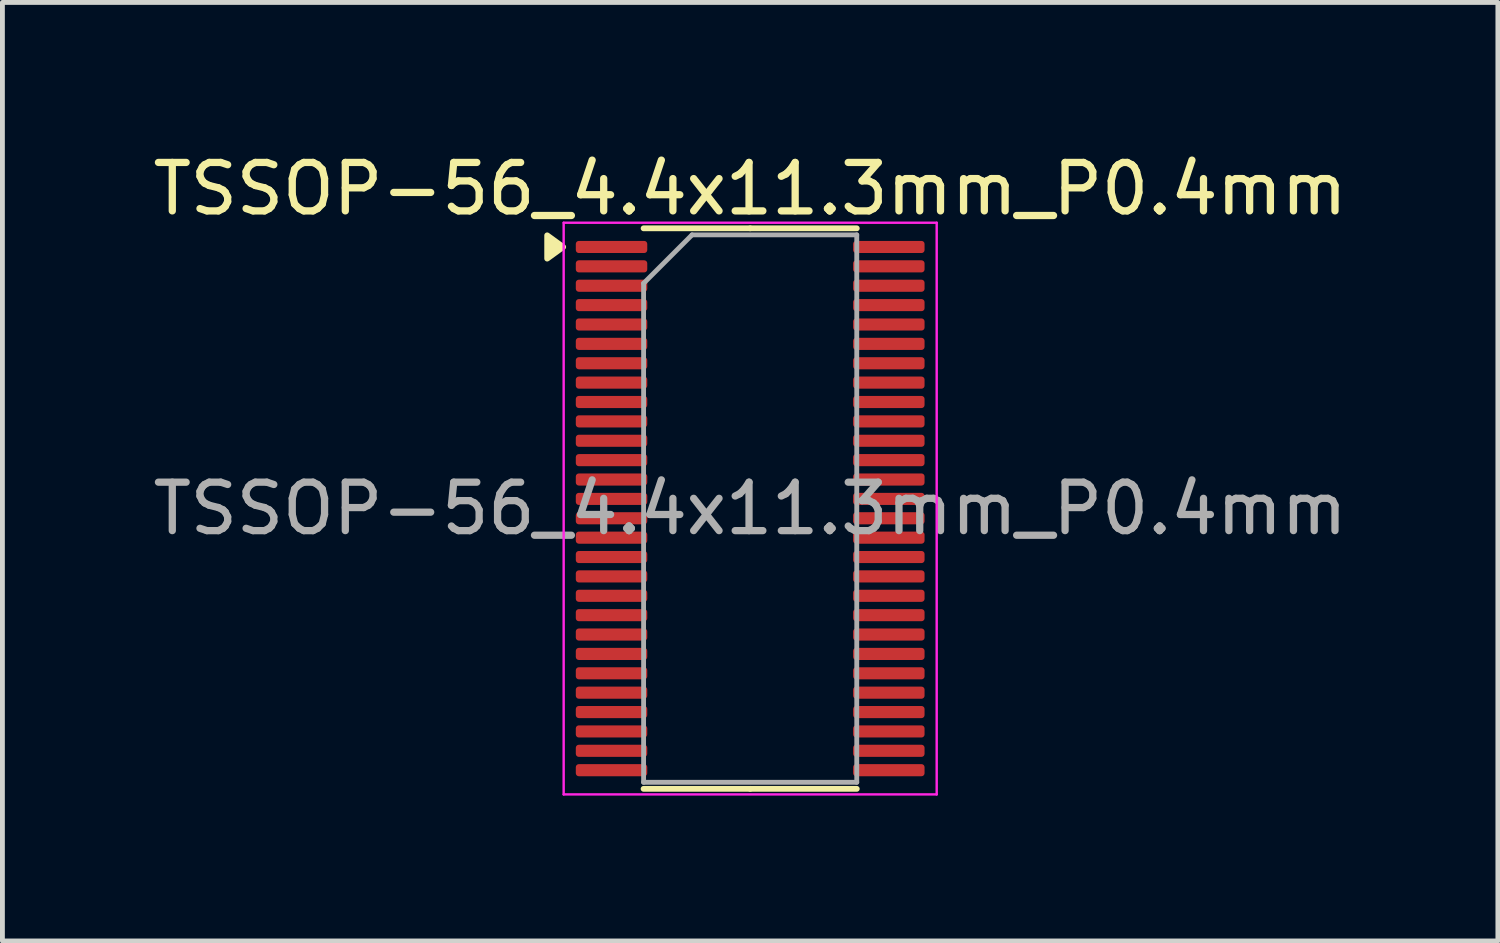
<source format=kicad_pcb>
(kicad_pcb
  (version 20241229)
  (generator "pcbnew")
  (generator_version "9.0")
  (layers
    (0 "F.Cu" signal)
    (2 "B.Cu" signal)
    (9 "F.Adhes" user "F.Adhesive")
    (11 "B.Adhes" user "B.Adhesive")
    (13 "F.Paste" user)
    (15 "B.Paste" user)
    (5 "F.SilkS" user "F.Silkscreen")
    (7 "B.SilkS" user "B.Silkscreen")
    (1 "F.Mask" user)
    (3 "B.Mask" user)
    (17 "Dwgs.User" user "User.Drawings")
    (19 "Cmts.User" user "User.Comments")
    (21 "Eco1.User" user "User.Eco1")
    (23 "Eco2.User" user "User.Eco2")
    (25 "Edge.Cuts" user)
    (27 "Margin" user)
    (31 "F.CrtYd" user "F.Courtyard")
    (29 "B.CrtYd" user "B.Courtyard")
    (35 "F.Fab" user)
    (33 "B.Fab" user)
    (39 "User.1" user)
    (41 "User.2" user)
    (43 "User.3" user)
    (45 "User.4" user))
  (footprint "TSSOP-56_4.4x11.3mm_P0.4mm"
    (layer "F.Cu")
    (at 12.435 7.448)
    (property "Reference" "TSSOP-56_4.4x11.3mm_P0.4mm" (at 0 -6.6 0) (layer "F.SilkS") (effects (font (size 1 1) (thickness 0.15))))
    (attr smd)
    (fp_line (start 0 -5.785) (end -2.2 -5.785) (stroke (width 0.12) (type solid)) (layer "F.SilkS"))
    (fp_line (start 0 -5.785) (end 2.2 -5.785) (stroke (width 0.12) (type solid)) (layer "F.SilkS"))
    (fp_line (start 0 5.785) (end -2.2 5.785) (stroke (width 0.12) (type solid)) (layer "F.SilkS"))
    (fp_line (start 0 5.785) (end 2.2 5.785) (stroke (width 0.12) (type solid)) (layer "F.SilkS"))
    (fp_poly (pts (xy -3.86 -5.4) (xy -4.19 -5.64) (xy -4.19 -5.16) (xy -3.86 -5.4)) (stroke (width 0.12) (type solid)) (fill yes) (layer "F.SilkS"))
    (fp_line (start -3.85 -5.9) (end -3.85 5.9) (stroke (width 0.05) (type solid)) (layer "F.CrtYd"))
    (fp_line (start -3.85 5.9) (end 3.85 5.9) (stroke (width 0.05) (type solid)) (layer "F.CrtYd"))
    (fp_line (start 3.85 -5.9) (end -3.85 -5.9) (stroke (width 0.05) (type solid)) (layer "F.CrtYd"))
    (fp_line (start 3.85 5.9) (end 3.85 -5.9) (stroke (width 0.05) (type solid)) (layer "F.CrtYd"))
    (fp_line (start -2.2 -4.65) (end -1.2 -5.65) (stroke (width 0.1) (type solid)) (layer "F.Fab"))
    (fp_line (start -2.2 5.65) (end -2.2 -4.65) (stroke (width 0.1) (type solid)) (layer "F.Fab"))
    (fp_line (start -1.2 -5.65) (end 2.2 -5.65) (stroke (width 0.1) (type solid)) (layer "F.Fab"))
    (fp_line (start 2.2 -5.65) (end 2.2 5.65) (stroke (width 0.1) (type solid)) (layer "F.Fab"))
    (fp_line (start 2.2 5.65) (end -2.2 5.65) (stroke (width 0.1) (type solid)) (layer "F.Fab"))
    (fp_text user "${REFERENCE}" (at 0 0 0) (layer "F.Fab") (effects (font (size 1 1) (thickness 0.15))))
    (pad "1" smd roundrect (at -2.862 -5.4) (size 1.475 0.25) (layers "F.Cu" "F.Mask" "F.Paste") (roundrect_rratio 0.25))
    (pad "2" smd roundrect (at -2.862 -5) (size 1.475 0.25) (layers "F.Cu" "F.Mask" "F.Paste") (roundrect_rratio 0.25))
    (pad "3" smd roundrect (at -2.862 -4.6) (size 1.475 0.25) (layers "F.Cu" "F.Mask" "F.Paste") (roundrect_rratio 0.25))
    (pad "4" smd roundrect (at -2.862 -4.2) (size 1.475 0.25) (layers "F.Cu" "F.Mask" "F.Paste") (roundrect_rratio 0.25))
    (pad "5" smd roundrect (at -2.862 -3.8) (size 1.475 0.25) (layers "F.Cu" "F.Mask" "F.Paste") (roundrect_rratio 0.25))
    (pad "6" smd roundrect (at -2.862 -3.4) (size 1.475 0.25) (layers "F.Cu" "F.Mask" "F.Paste") (roundrect_rratio 0.25))
    (pad "7" smd roundrect (at -2.862 -3) (size 1.475 0.25) (layers "F.Cu" "F.Mask" "F.Paste") (roundrect_rratio 0.25))
    (pad "8" smd roundrect (at -2.862 -2.6) (size 1.475 0.25) (layers "F.Cu" "F.Mask" "F.Paste") (roundrect_rratio 0.25))
    (pad "9" smd roundrect (at -2.862 -2.2) (size 1.475 0.25) (layers "F.Cu" "F.Mask" "F.Paste") (roundrect_rratio 0.25))
    (pad "10" smd roundrect (at -2.862 -1.8) (size 1.475 0.25) (layers "F.Cu" "F.Mask" "F.Paste") (roundrect_rratio 0.25))
    (pad "11" smd roundrect (at -2.862 -1.4) (size 1.475 0.25) (layers "F.Cu" "F.Mask" "F.Paste") (roundrect_rratio 0.25))
    (pad "12" smd roundrect (at -2.862 -1) (size 1.475 0.25) (layers "F.Cu" "F.Mask" "F.Paste") (roundrect_rratio 0.25))
    (pad "13" smd roundrect (at -2.862 -0.6) (size 1.475 0.25) (layers "F.Cu" "F.Mask" "F.Paste") (roundrect_rratio 0.25))
    (pad "14" smd roundrect (at -2.862 -0.2) (size 1.475 0.25) (layers "F.Cu" "F.Mask" "F.Paste") (roundrect_rratio 0.25))
    (pad "15" smd roundrect (at -2.862 0.2) (size 1.475 0.25) (layers "F.Cu" "F.Mask" "F.Paste") (roundrect_rratio 0.25))
    (pad "16" smd roundrect (at -2.862 0.6) (size 1.475 0.25) (layers "F.Cu" "F.Mask" "F.Paste") (roundrect_rratio 0.25))
    (pad "17" smd roundrect (at -2.862 1) (size 1.475 0.25) (layers "F.Cu" "F.Mask" "F.Paste") (roundrect_rratio 0.25))
    (pad "18" smd roundrect (at -2.862 1.4) (size 1.475 0.25) (layers "F.Cu" "F.Mask" "F.Paste") (roundrect_rratio 0.25))
    (pad "19" smd roundrect (at -2.862 1.8) (size 1.475 0.25) (layers "F.Cu" "F.Mask" "F.Paste") (roundrect_rratio 0.25))
    (pad "20" smd roundrect (at -2.862 2.2) (size 1.475 0.25) (layers "F.Cu" "F.Mask" "F.Paste") (roundrect_rratio 0.25))
    (pad "21" smd roundrect (at -2.862 2.6) (size 1.475 0.25) (layers "F.Cu" "F.Mask" "F.Paste") (roundrect_rratio 0.25))
    (pad "22" smd roundrect (at -2.862 3) (size 1.475 0.25) (layers "F.Cu" "F.Mask" "F.Paste") (roundrect_rratio 0.25))
    (pad "23" smd roundrect (at -2.862 3.4) (size 1.475 0.25) (layers "F.Cu" "F.Mask" "F.Paste") (roundrect_rratio 0.25))
    (pad "24" smd roundrect (at -2.862 3.8) (size 1.475 0.25) (layers "F.Cu" "F.Mask" "F.Paste") (roundrect_rratio 0.25))
    (pad "25" smd roundrect (at -2.862 4.2) (size 1.475 0.25) (layers "F.Cu" "F.Mask" "F.Paste") (roundrect_rratio 0.25))
    (pad "26" smd roundrect (at -2.862 4.6) (size 1.475 0.25) (layers "F.Cu" "F.Mask" "F.Paste") (roundrect_rratio 0.25))
    (pad "27" smd roundrect (at -2.862 5) (size 1.475 0.25) (layers "F.Cu" "F.Mask" "F.Paste") (roundrect_rratio 0.25))
    (pad "28" smd roundrect (at -2.862 5.4) (size 1.475 0.25) (layers "F.Cu" "F.Mask" "F.Paste") (roundrect_rratio 0.25))
    (pad "29" smd roundrect (at 2.862 5.4) (size 1.475 0.25) (layers "F.Cu" "F.Mask" "F.Paste") (roundrect_rratio 0.25))
    (pad "30" smd roundrect (at 2.862 5) (size 1.475 0.25) (layers "F.Cu" "F.Mask" "F.Paste") (roundrect_rratio 0.25))
    (pad "31" smd roundrect (at 2.862 4.6) (size 1.475 0.25) (layers "F.Cu" "F.Mask" "F.Paste") (roundrect_rratio 0.25))
    (pad "32" smd roundrect (at 2.862 4.2) (size 1.475 0.25) (layers "F.Cu" "F.Mask" "F.Paste") (roundrect_rratio 0.25))
    (pad "33" smd roundrect (at 2.862 3.8) (size 1.475 0.25) (layers "F.Cu" "F.Mask" "F.Paste") (roundrect_rratio 0.25))
    (pad "34" smd roundrect (at 2.862 3.4) (size 1.475 0.25) (layers "F.Cu" "F.Mask" "F.Paste") (roundrect_rratio 0.25))
    (pad "35" smd roundrect (at 2.862 3) (size 1.475 0.25) (layers "F.Cu" "F.Mask" "F.Paste") (roundrect_rratio 0.25))
    (pad "36" smd roundrect (at 2.862 2.6) (size 1.475 0.25) (layers "F.Cu" "F.Mask" "F.Paste") (roundrect_rratio 0.25))
    (pad "37" smd roundrect (at 2.862 2.2) (size 1.475 0.25) (layers "F.Cu" "F.Mask" "F.Paste") (roundrect_rratio 0.25))
    (pad "38" smd roundrect (at 2.862 1.8) (size 1.475 0.25) (layers "F.Cu" "F.Mask" "F.Paste") (roundrect_rratio 0.25))
    (pad "39" smd roundrect (at 2.862 1.4) (size 1.475 0.25) (layers "F.Cu" "F.Mask" "F.Paste") (roundrect_rratio 0.25))
    (pad "40" smd roundrect (at 2.862 1) (size 1.475 0.25) (layers "F.Cu" "F.Mask" "F.Paste") (roundrect_rratio 0.25))
    (pad "41" smd roundrect (at 2.862 0.6) (size 1.475 0.25) (layers "F.Cu" "F.Mask" "F.Paste") (roundrect_rratio 0.25))
    (pad "42" smd roundrect (at 2.862 0.2) (size 1.475 0.25) (layers "F.Cu" "F.Mask" "F.Paste") (roundrect_rratio 0.25))
    (pad "43" smd roundrect (at 2.862 -0.2) (size 1.475 0.25) (layers "F.Cu" "F.Mask" "F.Paste") (roundrect_rratio 0.25))
    (pad "44" smd roundrect (at 2.862 -0.6) (size 1.475 0.25) (layers "F.Cu" "F.Mask" "F.Paste") (roundrect_rratio 0.25))
    (pad "45" smd roundrect (at 2.862 -1) (size 1.475 0.25) (layers "F.Cu" "F.Mask" "F.Paste") (roundrect_rratio 0.25))
    (pad "46" smd roundrect (at 2.862 -1.4) (size 1.475 0.25) (layers "F.Cu" "F.Mask" "F.Paste") (roundrect_rratio 0.25))
    (pad "47" smd roundrect (at 2.862 -1.8) (size 1.475 0.25) (layers "F.Cu" "F.Mask" "F.Paste") (roundrect_rratio 0.25))
    (pad "48" smd roundrect (at 2.862 -2.2) (size 1.475 0.25) (layers "F.Cu" "F.Mask" "F.Paste") (roundrect_rratio 0.25))
    (pad "49" smd roundrect (at 2.862 -2.6) (size 1.475 0.25) (layers "F.Cu" "F.Mask" "F.Paste") (roundrect_rratio 0.25))
    (pad "50" smd roundrect (at 2.862 -3) (size 1.475 0.25) (layers "F.Cu" "F.Mask" "F.Paste") (roundrect_rratio 0.25))
    (pad "51" smd roundrect (at 2.862 -3.4) (size 1.475 0.25) (layers "F.Cu" "F.Mask" "F.Paste") (roundrect_rratio 0.25))
    (pad "52" smd roundrect (at 2.862 -3.8) (size 1.475 0.25) (layers "F.Cu" "F.Mask" "F.Paste") (roundrect_rratio 0.25))
    (pad "53" smd roundrect (at 2.862 -4.2) (size 1.475 0.25) (layers "F.Cu" "F.Mask" "F.Paste") (roundrect_rratio 0.25))
    (pad "54" smd roundrect (at 2.862 -4.6) (size 1.475 0.25) (layers "F.Cu" "F.Mask" "F.Paste") (roundrect_rratio 0.25))
    (pad "55" smd roundrect (at 2.862 -5) (size 1.475 0.25) (layers "F.Cu" "F.Mask" "F.Paste") (roundrect_rratio 0.25))
    (pad "56" smd roundrect (at 2.862 -5.4) (size 1.475 0.25) (layers "F.Cu" "F.Mask" "F.Paste") (roundrect_rratio 0.25)))
  (gr_rect
    (start -3 -3)
    (end 27.869 16.373)
    (stroke (width 0.1) (type default))
    (fill no)
    (layer "Edge.Cuts")))
</source>
